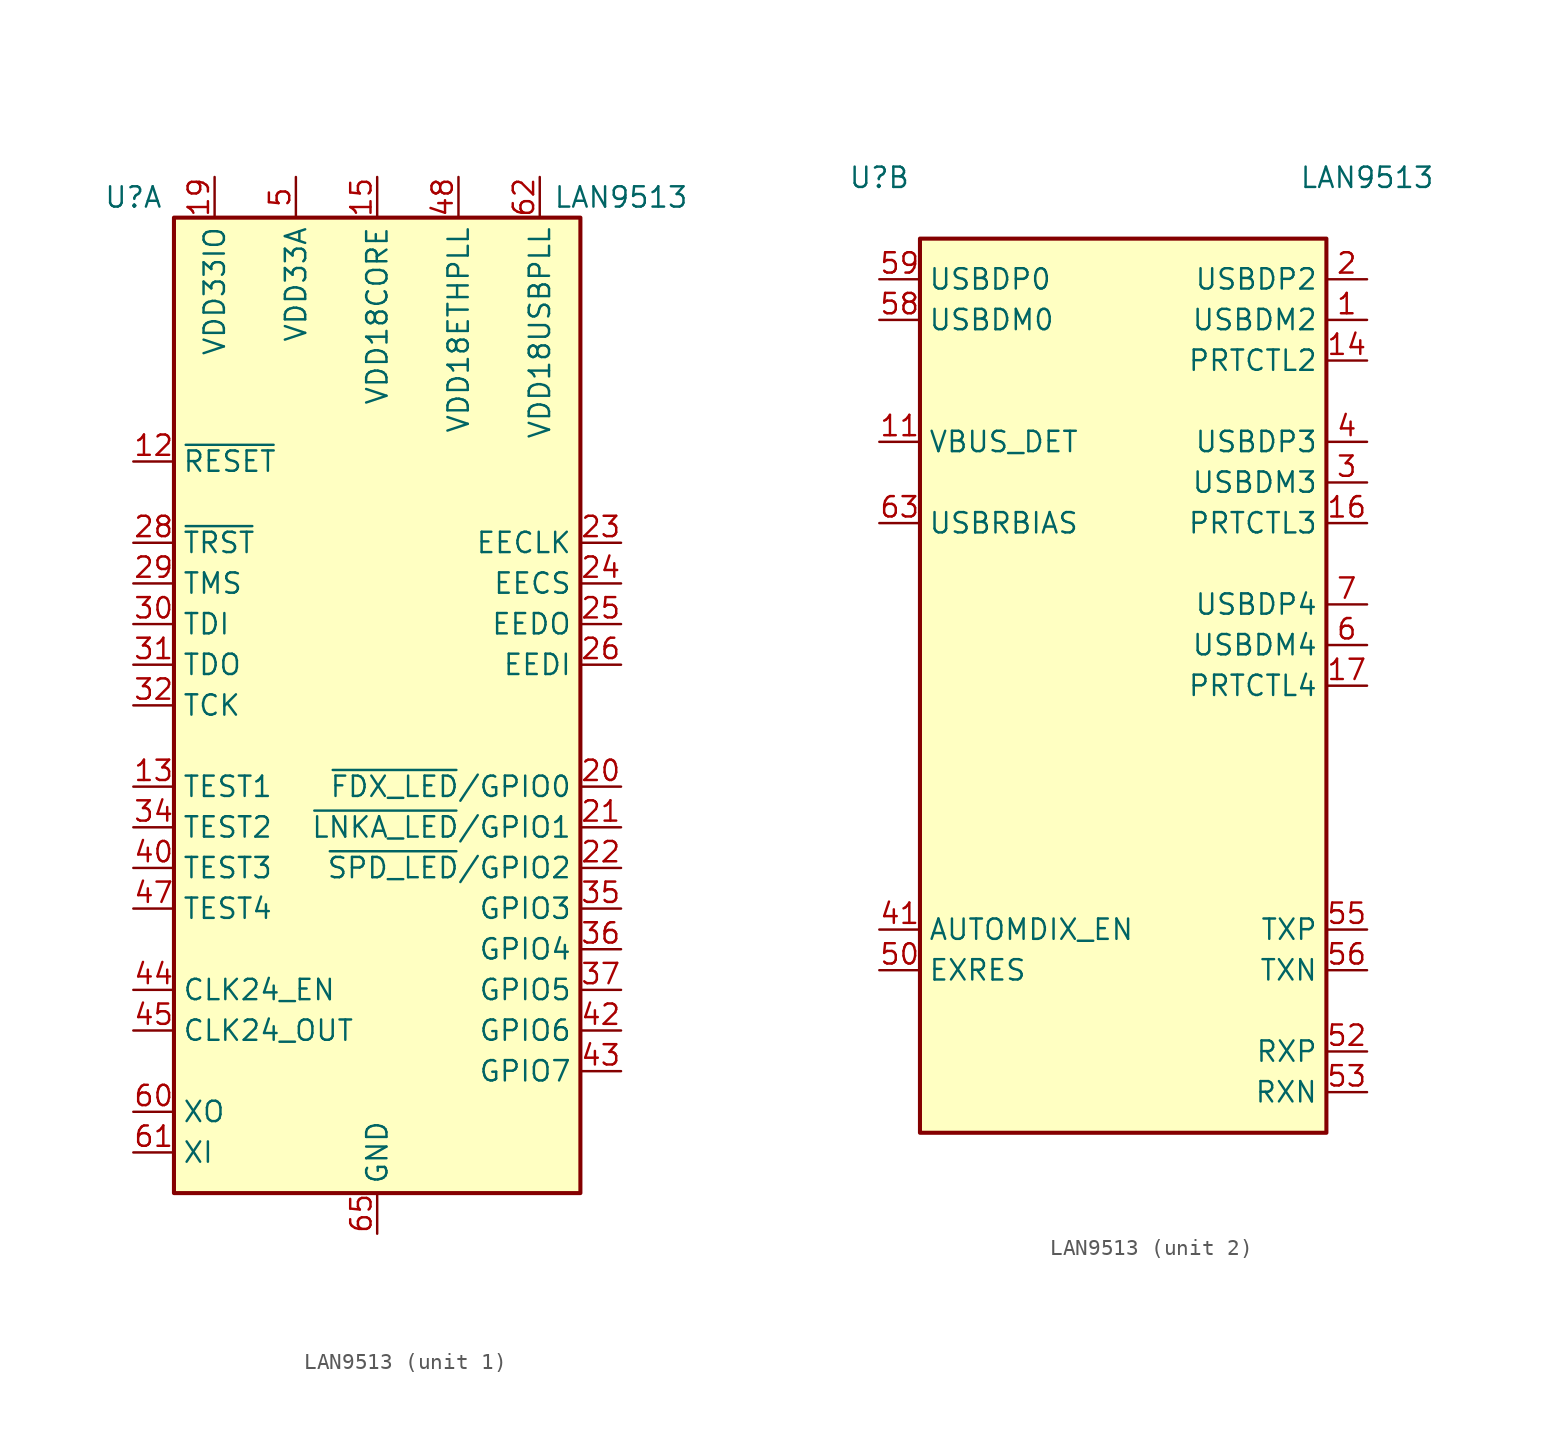
<source format=kicad_sym>
(kicad_symbol_lib
  (version 20241209)
  (generator "kicad_symbol_editor")
  (generator_version "9.0")
  (symbol "LAN9513"
    (property "Reference" "U"
      (at -15.24 31.75 0)
      (effects (font (size 1.27 1.27))))
    (property "Value" "LAN9513"
      (at 15.24 31.75 0)
      (effects (font (size 1.27 1.27))))
    (property "ki_locked" ""
      (at 0 0 0)
      (effects (font (size 1.27 1.27))))
    (symbol "LAN9513_1_1"
      (rectangle (start -12.7 30.48) (end 12.7 -30.48) (stroke (width 0.254) (type default)) (fill (type background)))
      (pin input line (at -15.24 15.24 0) (length 2.54) (name "~{RESET}" (effects (font (size 1.27 1.27)))) (number "12" (effects (font (size 1.27 1.27)))))
      (pin input line (at -15.24 10.16 0) (length 2.54) (name "~{TRST}" (effects (font (size 1.27 1.27)))) (number "28" (effects (font (size 1.27 1.27)))))
      (pin input line (at -15.24 7.62 0) (length 2.54) (name "TMS" (effects (font (size 1.27 1.27)))) (number "29" (effects (font (size 1.27 1.27)))))
      (pin input line (at -15.24 5.08 0) (length 2.54) (name "TDI" (effects (font (size 1.27 1.27)))) (number "30" (effects (font (size 1.27 1.27)))))
      (pin output line (at -15.24 2.54 0) (length 2.54) (name "TDO" (effects (font (size 1.27 1.27)))) (number "31" (effects (font (size 1.27 1.27)))))
      (pin input line (at -15.24 0 0) (length 2.54) (name "TCK" (effects (font (size 1.27 1.27)))) (number "32" (effects (font (size 1.27 1.27)))))
      (pin input line (at -15.24 -5.08 0) (length 2.54) (name "TEST1" (effects (font (size 1.27 1.27)))) (number "13" (effects (font (size 1.27 1.27)))))
      (pin input line (at -15.24 -7.62 0) (length 2.54) (name "TEST2" (effects (font (size 1.27 1.27)))) (number "34" (effects (font (size 1.27 1.27)))))
      (pin input line (at -15.24 -10.16 0) (length 2.54) (name "TEST3" (effects (font (size 1.27 1.27)))) (number "40" (effects (font (size 1.27 1.27)))))
      (pin input line (at -15.24 -12.7 0) (length 2.54) (name "TEST4" (effects (font (size 1.27 1.27)))) (number "47" (effects (font (size 1.27 1.27)))))
      (pin input line (at -15.24 -17.78 0) (length 2.54) (name "CLK24_EN" (effects (font (size 1.27 1.27)))) (number "44" (effects (font (size 1.27 1.27)))))
      (pin output line (at -15.24 -20.32 0) (length 2.54) (name "CLK24_OUT" (effects (font (size 1.27 1.27)))) (number "45" (effects (font (size 1.27 1.27)))))
      (pin input line (at -15.24 -25.4 0) (length 2.54) (name "XO" (effects (font (size 1.27 1.27)))) (number "60" (effects (font (size 1.27 1.27)))))
      (pin input line (at -15.24 -27.94 0) (length 2.54) (name "XI" (effects (font (size 1.27 1.27)))) (number "61" (effects (font (size 1.27 1.27)))))
      (pin power_in line (at -10.16 33.02 270) (length 2.54) (name "VDD33IO" (effects (font (size 1.27 1.27)))) (number "19" (effects (font (size 1.27 1.27)))))
      (pin passive line (at -10.16 33.02 270) (length 2.54) (hide yes) (name "VDD33IO" (effects (font (size 1.27 1.27)))) (number "27" (effects (font (size 1.27 1.27)))))
      (pin passive line (at -10.16 33.02 270) (length 2.54) (hide yes) (name "VDD33IO" (effects (font (size 1.27 1.27)))) (number "33" (effects (font (size 1.27 1.27)))))
      (pin passive line (at -10.16 33.02 270) (length 2.54) (hide yes) (name "VDD33IO" (effects (font (size 1.27 1.27)))) (number "39" (effects (font (size 1.27 1.27)))))
      (pin passive line (at -10.16 33.02 270) (length 2.54) (hide yes) (name "VDD33IO" (effects (font (size 1.27 1.27)))) (number "46" (effects (font (size 1.27 1.27)))))
      (pin passive line (at -5.08 33.02 270) (length 2.54) (hide yes) (name "VDD33A" (effects (font (size 1.27 1.27)))) (number "10" (effects (font (size 1.27 1.27)))))
      (pin passive line (at -5.08 33.02 270) (length 2.54) (hide yes) (name "VDD33A" (effects (font (size 1.27 1.27)))) (number "49" (effects (font (size 1.27 1.27)))))
      (pin power_in line (at -5.08 33.02 270) (length 2.54) (name "VDD33A" (effects (font (size 1.27 1.27)))) (number "5" (effects (font (size 1.27 1.27)))))
      (pin passive line (at -5.08 33.02 270) (length 2.54) (hide yes) (name "VDD33A" (effects (font (size 1.27 1.27)))) (number "51" (effects (font (size 1.27 1.27)))))
      (pin passive line (at -5.08 33.02 270) (length 2.54) (hide yes) (name "VDD33A" (effects (font (size 1.27 1.27)))) (number "54" (effects (font (size 1.27 1.27)))))
      (pin passive line (at -5.08 33.02 270) (length 2.54) (hide yes) (name "VDD33A" (effects (font (size 1.27 1.27)))) (number "57" (effects (font (size 1.27 1.27)))))
      (pin passive line (at -5.08 33.02 270) (length 2.54) (hide yes) (name "VDD33A" (effects (font (size 1.27 1.27)))) (number "64" (effects (font (size 1.27 1.27)))))
      (pin power_in line (at 0 33.02 270) (length 2.54) (name "VDD18CORE" (effects (font (size 1.27 1.27)))) (number "15" (effects (font (size 1.27 1.27)))))
      (pin passive line (at 0 33.02 270) (length 2.54) (hide yes) (name "VDD18CORE" (effects (font (size 1.27 1.27)))) (number "38" (effects (font (size 1.27 1.27)))))
      (pin power_in line (at 0 -33.02 90) (length 2.54) (name "GND" (effects (font (size 1.27 1.27)))) (number "65" (effects (font (size 1.27 1.27)))))
      (pin power_in line (at 5.08 33.02 270) (length 2.54) (name "VDD18ETHPLL" (effects (font (size 1.27 1.27)))) (number "48" (effects (font (size 1.27 1.27)))))
      (pin power_in line (at 10.16 33.02 270) (length 2.54) (name "VDD18USBPLL" (effects (font (size 1.27 1.27)))) (number "62" (effects (font (size 1.27 1.27)))))
      (pin output line (at 15.24 10.16 180) (length 2.54) (name "EECLK" (effects (font (size 1.27 1.27)))) (number "23" (effects (font (size 1.27 1.27)))))
      (pin output line (at 15.24 7.62 180) (length 2.54) (name "EECS" (effects (font (size 1.27 1.27)))) (number "24" (effects (font (size 1.27 1.27)))))
      (pin output line (at 15.24 5.08 180) (length 2.54) (name "EEDO" (effects (font (size 1.27 1.27)))) (number "25" (effects (font (size 1.27 1.27)))))
      (pin input line (at 15.24 2.54 180) (length 2.54) (name "EEDI" (effects (font (size 1.27 1.27)))) (number "26" (effects (font (size 1.27 1.27)))))
      (pin bidirectional line (at 15.24 -5.08 180) (length 2.54) (name "~{FDX_LED}/GPIO0" (effects (font (size 1.27 1.27)))) (number "20" (effects (font (size 1.27 1.27)))))
      (pin bidirectional line (at 15.24 -7.62 180) (length 2.54) (name "~{LNKA_LED}/GPIO1" (effects (font (size 1.27 1.27)))) (number "21" (effects (font (size 1.27 1.27)))))
      (pin bidirectional line (at 15.24 -10.16 180) (length 2.54) (name "~{SPD_LED}/GPIO2" (effects (font (size 1.27 1.27)))) (number "22" (effects (font (size 1.27 1.27)))))
      (pin bidirectional line (at 15.24 -12.7 180) (length 2.54) (name "GPIO3" (effects (font (size 1.27 1.27)))) (number "35" (effects (font (size 1.27 1.27)))))
      (pin bidirectional line (at 15.24 -15.24 180) (length 2.54) (name "GPIO4" (effects (font (size 1.27 1.27)))) (number "36" (effects (font (size 1.27 1.27)))))
      (pin bidirectional line (at 15.24 -17.78 180) (length 2.54) (name "GPIO5" (effects (font (size 1.27 1.27)))) (number "37" (effects (font (size 1.27 1.27)))))
      (pin bidirectional line (at 15.24 -20.32 180) (length 2.54) (name "GPIO6" (effects (font (size 1.27 1.27)))) (number "42" (effects (font (size 1.27 1.27)))))
      (pin bidirectional line (at 15.24 -22.86 180) (length 2.54) (name "GPIO7" (effects (font (size 1.27 1.27)))) (number "43" (effects (font (size 1.27 1.27))))))
    (symbol "LAN9513_2_1"
      (rectangle (start 12.7 -27.94) (end -12.7 27.94) (stroke (width 0.254) (type default)) (fill (type background)))
      (pin bidirectional line (at -15.24 25.4 0) (length 2.54) (name "USBDP0" (effects (font (size 1.27 1.27)))) (number "59" (effects (font (size 1.27 1.27)))))
      (pin bidirectional line (at -15.24 22.86 0) (length 2.54) (name "USBDM0" (effects (font (size 1.27 1.27)))) (number "58" (effects (font (size 1.27 1.27)))))
      (pin input line (at -15.24 15.24 0) (length 2.54) (name "VBUS_DET" (effects (font (size 1.27 1.27)))) (number "11" (effects (font (size 1.27 1.27)))))
      (pin input line (at -15.24 10.16 0) (length 2.54) (name "USBRBIAS" (effects (font (size 1.27 1.27)))) (number "63" (effects (font (size 1.27 1.27)))))
      (pin input line (at -15.24 -15.24 0) (length 2.54) (name "AUTOMDIX_EN" (effects (font (size 1.27 1.27)))) (number "41" (effects (font (size 1.27 1.27)))))
      (pin input line (at -15.24 -17.78 0) (length 2.54) (name "EXRES" (effects (font (size 1.27 1.27)))) (number "50" (effects (font (size 1.27 1.27)))))
      (pin no_connect line (at 12.7 -5.08 180) (length 2.54) (hide yes) (name "NC" (effects (font (size 1.27 1.27)))) (number "9" (effects (font (size 1.27 1.27)))))
      (pin no_connect line (at 12.7 -7.62 180) (length 2.54) (hide yes) (name "NC" (effects (font (size 1.27 1.27)))) (number "8" (effects (font (size 1.27 1.27)))))
      (pin no_connect line (at 12.7 -10.16 180) (length 2.54) (hide yes) (name "NC" (effects (font (size 1.27 1.27)))) (number "18" (effects (font (size 1.27 1.27)))))
      (pin bidirectional line (at 15.24 25.4 180) (length 2.54) (name "USBDP2" (effects (font (size 1.27 1.27)))) (number "2" (effects (font (size 1.27 1.27)))))
      (pin bidirectional line (at 15.24 22.86 180) (length 2.54) (name "USBDM2" (effects (font (size 1.27 1.27)))) (number "1" (effects (font (size 1.27 1.27)))))
      (pin bidirectional line (at 15.24 20.32 180) (length 2.54) (name "PRTCTL2" (effects (font (size 1.27 1.27)))) (number "14" (effects (font (size 1.27 1.27)))))
      (pin bidirectional line (at 15.24 15.24 180) (length 2.54) (name "USBDP3" (effects (font (size 1.27 1.27)))) (number "4" (effects (font (size 1.27 1.27)))))
      (pin bidirectional line (at 15.24 12.7 180) (length 2.54) (name "USBDM3" (effects (font (size 1.27 1.27)))) (number "3" (effects (font (size 1.27 1.27)))))
      (pin bidirectional line (at 15.24 10.16 180) (length 2.54) (name "PRTCTL3" (effects (font (size 1.27 1.27)))) (number "16" (effects (font (size 1.27 1.27)))))
      (pin bidirectional line (at 15.24 5.08 180) (length 2.54) (name "USBDP4" (effects (font (size 1.27 1.27)))) (number "7" (effects (font (size 1.27 1.27)))))
      (pin bidirectional line (at 15.24 2.54 180) (length 2.54) (name "USBDM4" (effects (font (size 1.27 1.27)))) (number "6" (effects (font (size 1.27 1.27)))))
      (pin bidirectional line (at 15.24 0 180) (length 2.54) (name "PRTCTL4" (effects (font (size 1.27 1.27)))) (number "17" (effects (font (size 1.27 1.27)))))
      (pin output line (at 15.24 -15.24 180) (length 2.54) (name "TXP" (effects (font (size 1.27 1.27)))) (number "55" (effects (font (size 1.27 1.27)))))
      (pin output line (at 15.24 -17.78 180) (length 2.54) (name "TXN" (effects (font (size 1.27 1.27)))) (number "56" (effects (font (size 1.27 1.27)))))
      (pin input line (at 15.24 -22.86 180) (length 2.54) (name "RXP" (effects (font (size 1.27 1.27)))) (number "52" (effects (font (size 1.27 1.27)))))
      (pin input line (at 15.24 -25.4 180) (length 2.54) (name "RXN" (effects (font (size 1.27 1.27)))) (number "53" (effects (font (size 1.27 1.27))))))))
</source>
